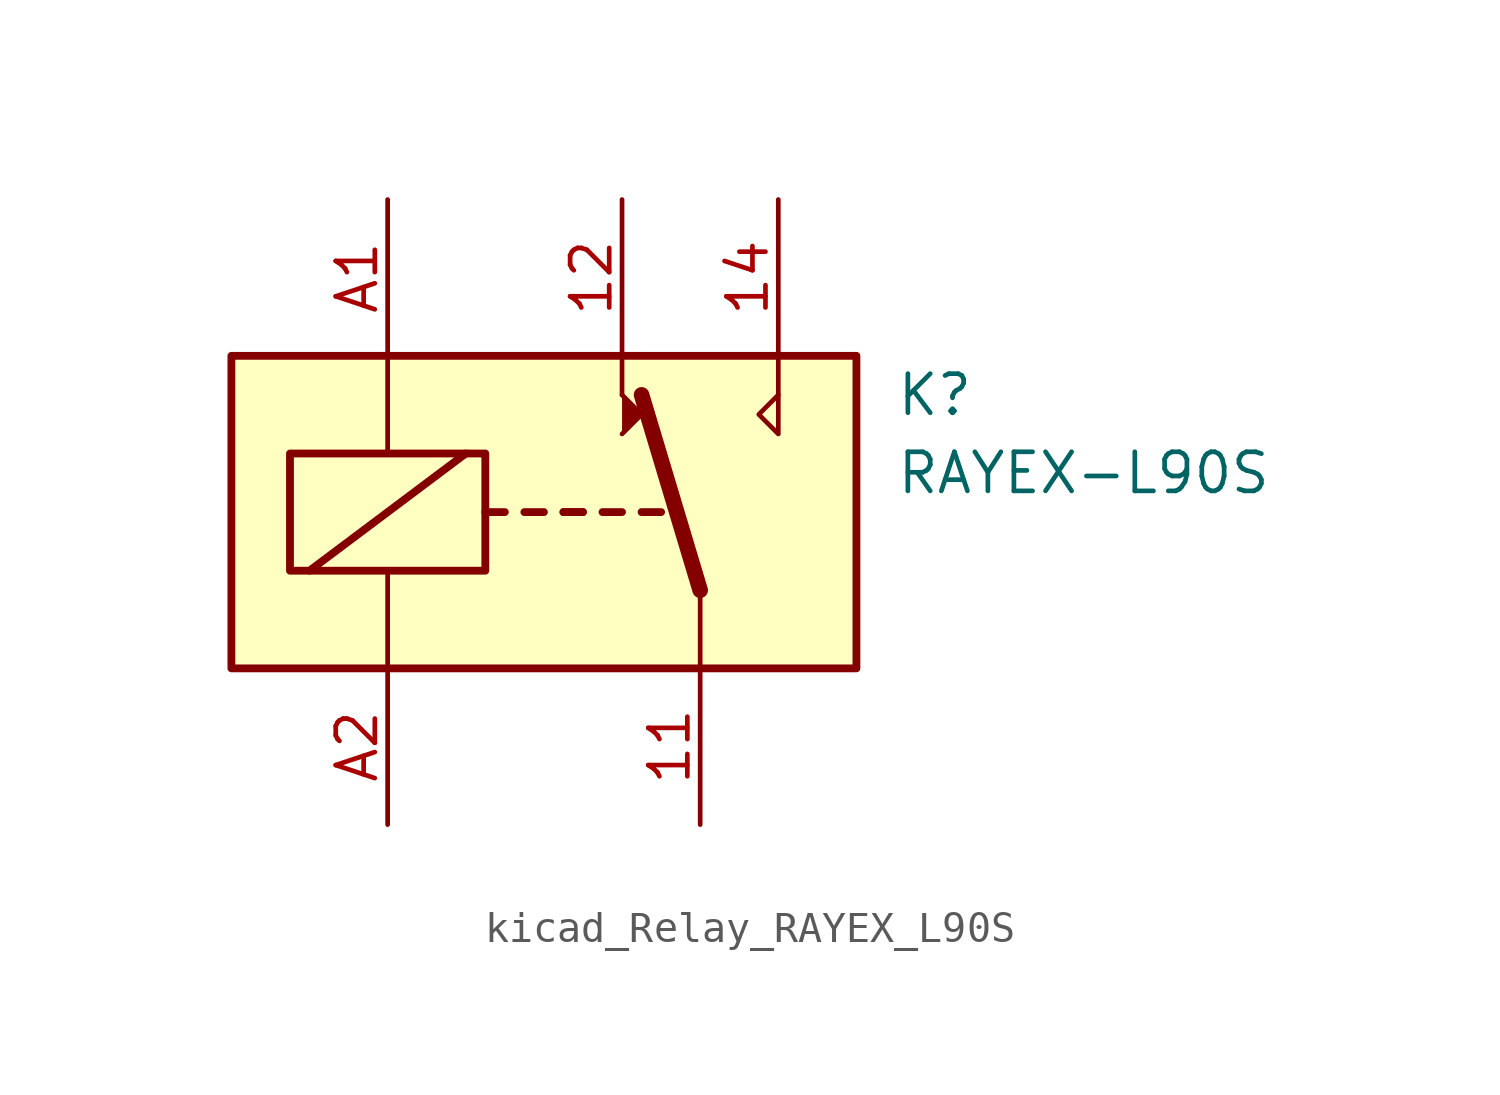
<source format=kicad_sym>
(kicad_symbol_lib
  (version 20220914)
  (generator kicad_symbol_editor)
  (symbol "kicad_Relay_RAYEX_L90S"
    (property "Reference" "K"
      (at 11.43 3.81 0)
      (effects (font (size 1.27 1.27)) (justify left)))
    (property "Value" "RAYEX-L90S"
      (at 11.43 1.27 0)
      (effects (font (size 1.27 1.27)) (justify left)))
    (symbol "kicad_Relay_RAYEX_L90S_1_0"
      (polyline (pts (xy 2.54 3.81) (xy 2.54 5.08)) (stroke (width 0) (type default)) (fill (type none)))
      (polyline (pts (xy 7.62 3.81) (xy 7.62 5.08)) (stroke (width 0) (type default)) (fill (type none)))
      (polyline (pts (xy 7.62 3.81) (xy 7.62 2.54) (xy 6.985 3.175) (xy 7.62 3.81)) (stroke (width 0) (type default)) (fill (type none))))
    (symbol "kicad_Relay_RAYEX_L90S_1_1"
      (rectangle (start -10.16 5.08) (end 10.16 -5.08) (stroke (width 0.254) (type default)) (fill (type background)))
      (rectangle (start -8.255 1.905) (end -1.905 -1.905) (stroke (width 0.254) (type default)) (fill (type none)))
      (polyline (pts (xy -7.62 -1.905) (xy -2.54 1.905)) (stroke (width 0.254) (type default)) (fill (type none)))
      (polyline (pts (xy -5.08 -5.08) (xy -5.08 -1.905)) (stroke (width 0) (type default)) (fill (type none)))
      (polyline (pts (xy -5.08 5.08) (xy -5.08 1.905)) (stroke (width 0) (type default)) (fill (type none)))
      (polyline (pts (xy -1.905 0) (xy -1.27 0)) (stroke (width 0.254) (type default)) (fill (type none)))
      (polyline (pts (xy -0.635 0) (xy 0 0)) (stroke (width 0.254) (type default)) (fill (type none)))
      (polyline (pts (xy 0.635 0) (xy 1.27 0)) (stroke (width 0.254) (type default)) (fill (type none)))
      (polyline (pts (xy 0.635 0) (xy 1.27 0)) (stroke (width 0.254) (type default)) (fill (type none)))
      (polyline (pts (xy 1.905 0) (xy 2.54 0)) (stroke (width 0.254) (type default)) (fill (type none)))
      (polyline (pts (xy 3.175 0) (xy 3.81 0)) (stroke (width 0.254) (type default)) (fill (type none)))
      (polyline (pts (xy 5.08 -2.54) (xy 3.175 3.81)) (stroke (width 0.508) (type default)) (fill (type none)))
      (polyline (pts (xy 5.08 -2.54) (xy 5.08 -5.08)) (stroke (width 0) (type default)) (fill (type none)))
      (polyline (pts (xy 2.54 2.54) (xy 3.175 3.175) (xy 2.54 3.81)) (stroke (width 0) (type default)) (fill (type outline)))
      (pin passive line (at 5.08 -10.16 90) (length 5.08) (name "~" (effects (font (size 1.27 1.27)))) (number "11" (effects (font (size 1.27 1.27)))))
      (pin passive line (at 2.54 10.16 270) (length 5.08) (name "~" (effects (font (size 1.27 1.27)))) (number "12" (effects (font (size 1.27 1.27)))))
      (pin passive line (at 7.62 10.16 270) (length 5.08) (name "~" (effects (font (size 1.27 1.27)))) (number "14" (effects (font (size 1.27 1.27)))))
      (pin passive line (at -5.08 10.16 270) (length 5.08) (name "~" (effects (font (size 1.27 1.27)))) (number "A1" (effects (font (size 1.27 1.27)))))
      (pin passive line (at -5.08 -10.16 90) (length 5.08) (name "~" (effects (font (size 1.27 1.27)))) (number "A2" (effects (font (size 1.27 1.27))))))))
</source>
